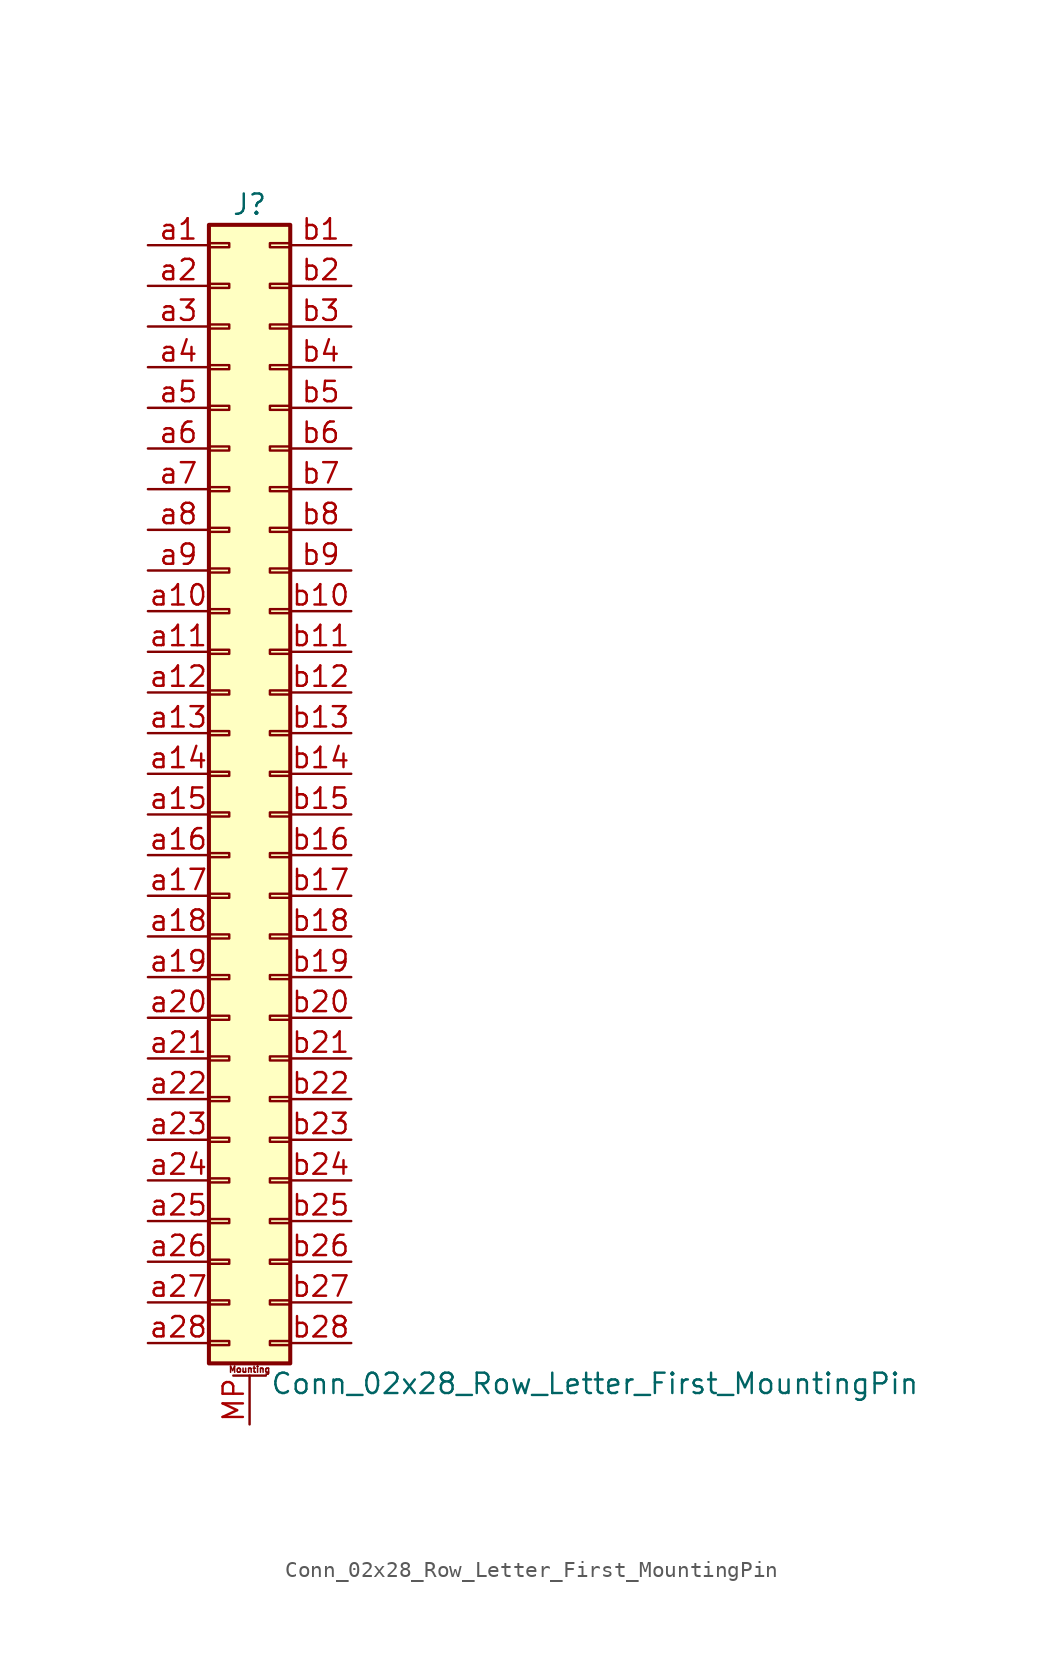
<source format=kicad_sym>
(kicad_symbol_lib
  (version 20220914)
  (generator kicad_symbol_editor)
  (symbol "Conn_02x28_Row_Letter_First_MountingPin"
    (pin_names
      (offset 1.016) hide)
    (property "Reference" "J"
      (at 1.27 35.56 0)
      (effects (font (size 1.27 1.27))))
    (property "Value" "Conn_02x28_Row_Letter_First_MountingPin"
      (at 2.54 -38.1 0)
      (effects (font (size 1.27 1.27)) (justify left)))
    (symbol "Conn_02x28_Row_Letter_First_MountingPin_1_1"
      (rectangle (start -1.27 -35.433) (end 0 -35.687) (stroke (width 0.152) (type default)) (fill (type none)))
      (rectangle (start -1.27 -32.893) (end 0 -33.147) (stroke (width 0.152) (type default)) (fill (type none)))
      (rectangle (start -1.27 -30.353) (end 0 -30.607) (stroke (width 0.152) (type default)) (fill (type none)))
      (rectangle (start -1.27 -27.813) (end 0 -28.067) (stroke (width 0.152) (type default)) (fill (type none)))
      (rectangle (start -1.27 -25.273) (end 0 -25.527) (stroke (width 0.152) (type default)) (fill (type none)))
      (rectangle (start -1.27 -22.733) (end 0 -22.987) (stroke (width 0.152) (type default)) (fill (type none)))
      (rectangle (start -1.27 -20.193) (end 0 -20.447) (stroke (width 0.152) (type default)) (fill (type none)))
      (rectangle (start -1.27 -17.653) (end 0 -17.907) (stroke (width 0.152) (type default)) (fill (type none)))
      (rectangle (start -1.27 -15.113) (end 0 -15.367) (stroke (width 0.152) (type default)) (fill (type none)))
      (rectangle (start -1.27 -12.573) (end 0 -12.827) (stroke (width 0.152) (type default)) (fill (type none)))
      (rectangle (start -1.27 -10.033) (end 0 -10.287) (stroke (width 0.152) (type default)) (fill (type none)))
      (rectangle (start -1.27 -7.493) (end 0 -7.747) (stroke (width 0.152) (type default)) (fill (type none)))
      (rectangle (start -1.27 -4.953) (end 0 -5.207) (stroke (width 0.152) (type default)) (fill (type none)))
      (rectangle (start -1.27 -2.413) (end 0 -2.667) (stroke (width 0.152) (type default)) (fill (type none)))
      (rectangle (start -1.27 0.127) (end 0 -0.127) (stroke (width 0.152) (type default)) (fill (type none)))
      (rectangle (start -1.27 2.667) (end 0 2.413) (stroke (width 0.152) (type default)) (fill (type none)))
      (rectangle (start -1.27 5.207) (end 0 4.953) (stroke (width 0.152) (type default)) (fill (type none)))
      (rectangle (start -1.27 7.747) (end 0 7.493) (stroke (width 0.152) (type default)) (fill (type none)))
      (rectangle (start -1.27 10.287) (end 0 10.033) (stroke (width 0.152) (type default)) (fill (type none)))
      (rectangle (start -1.27 12.827) (end 0 12.573) (stroke (width 0.152) (type default)) (fill (type none)))
      (rectangle (start -1.27 15.367) (end 0 15.113) (stroke (width 0.152) (type default)) (fill (type none)))
      (rectangle (start -1.27 17.907) (end 0 17.653) (stroke (width 0.152) (type default)) (fill (type none)))
      (rectangle (start -1.27 20.447) (end 0 20.193) (stroke (width 0.152) (type default)) (fill (type none)))
      (rectangle (start -1.27 22.987) (end 0 22.733) (stroke (width 0.152) (type default)) (fill (type none)))
      (rectangle (start -1.27 25.527) (end 0 25.273) (stroke (width 0.152) (type default)) (fill (type none)))
      (rectangle (start -1.27 28.067) (end 0 27.813) (stroke (width 0.152) (type default)) (fill (type none)))
      (rectangle (start -1.27 30.607) (end 0 30.353) (stroke (width 0.152) (type default)) (fill (type none)))
      (rectangle (start -1.27 33.147) (end 0 32.893) (stroke (width 0.152) (type default)) (fill (type none)))
      (rectangle (start -1.27 34.29) (end 3.81 -36.83) (stroke (width 0.254) (type default)) (fill (type background)))
      (polyline (pts (xy 0.254 -37.592) (xy 2.286 -37.592)) (stroke (width 0.152) (type default)) (fill (type none)))
      (rectangle (start 3.81 -35.433) (end 2.54 -35.687) (stroke (width 0.152) (type default)) (fill (type none)))
      (rectangle (start 3.81 -32.893) (end 2.54 -33.147) (stroke (width 0.152) (type default)) (fill (type none)))
      (rectangle (start 3.81 -30.353) (end 2.54 -30.607) (stroke (width 0.152) (type default)) (fill (type none)))
      (rectangle (start 3.81 -27.813) (end 2.54 -28.067) (stroke (width 0.152) (type default)) (fill (type none)))
      (rectangle (start 3.81 -25.273) (end 2.54 -25.527) (stroke (width 0.152) (type default)) (fill (type none)))
      (rectangle (start 3.81 -22.733) (end 2.54 -22.987) (stroke (width 0.152) (type default)) (fill (type none)))
      (rectangle (start 3.81 -20.193) (end 2.54 -20.447) (stroke (width 0.152) (type default)) (fill (type none)))
      (rectangle (start 3.81 -17.653) (end 2.54 -17.907) (stroke (width 0.152) (type default)) (fill (type none)))
      (rectangle (start 3.81 -15.113) (end 2.54 -15.367) (stroke (width 0.152) (type default)) (fill (type none)))
      (rectangle (start 3.81 -12.573) (end 2.54 -12.827) (stroke (width 0.152) (type default)) (fill (type none)))
      (rectangle (start 3.81 -10.033) (end 2.54 -10.287) (stroke (width 0.152) (type default)) (fill (type none)))
      (rectangle (start 3.81 -7.493) (end 2.54 -7.747) (stroke (width 0.152) (type default)) (fill (type none)))
      (rectangle (start 3.81 -4.953) (end 2.54 -5.207) (stroke (width 0.152) (type default)) (fill (type none)))
      (rectangle (start 3.81 -2.413) (end 2.54 -2.667) (stroke (width 0.152) (type default)) (fill (type none)))
      (rectangle (start 3.81 0.127) (end 2.54 -0.127) (stroke (width 0.152) (type default)) (fill (type none)))
      (rectangle (start 3.81 2.667) (end 2.54 2.413) (stroke (width 0.152) (type default)) (fill (type none)))
      (rectangle (start 3.81 5.207) (end 2.54 4.953) (stroke (width 0.152) (type default)) (fill (type none)))
      (rectangle (start 3.81 7.747) (end 2.54 7.493) (stroke (width 0.152) (type default)) (fill (type none)))
      (rectangle (start 3.81 10.287) (end 2.54 10.033) (stroke (width 0.152) (type default)) (fill (type none)))
      (rectangle (start 3.81 12.827) (end 2.54 12.573) (stroke (width 0.152) (type default)) (fill (type none)))
      (rectangle (start 3.81 15.367) (end 2.54 15.113) (stroke (width 0.152) (type default)) (fill (type none)))
      (rectangle (start 3.81 17.907) (end 2.54 17.653) (stroke (width 0.152) (type default)) (fill (type none)))
      (rectangle (start 3.81 20.447) (end 2.54 20.193) (stroke (width 0.152) (type default)) (fill (type none)))
      (rectangle (start 3.81 22.987) (end 2.54 22.733) (stroke (width 0.152) (type default)) (fill (type none)))
      (rectangle (start 3.81 25.527) (end 2.54 25.273) (stroke (width 0.152) (type default)) (fill (type none)))
      (rectangle (start 3.81 28.067) (end 2.54 27.813) (stroke (width 0.152) (type default)) (fill (type none)))
      (rectangle (start 3.81 30.607) (end 2.54 30.353) (stroke (width 0.152) (type default)) (fill (type none)))
      (rectangle (start 3.81 33.147) (end 2.54 32.893) (stroke (width 0.152) (type default)) (fill (type none)))
      (text "Mounting" (at 1.27 -37.211 0) (effects (font (size 0.381 0.381))))
      (pin passive line (at 1.27 -40.64 90) (length 3.048) (name "MountPin" (effects (font (size 1.27 1.27)))) (number "MP" (effects (font (size 1.27 1.27)))))
      (pin passive line (at -5.08 33.02 0) (length 3.81) (name "Pin_a1" (effects (font (size 1.27 1.27)))) (number "a1" (effects (font (size 1.27 1.27)))))
      (pin passive line (at -5.08 10.16 0) (length 3.81) (name "Pin_a10" (effects (font (size 1.27 1.27)))) (number "a10" (effects (font (size 1.27 1.27)))))
      (pin passive line (at -5.08 7.62 0) (length 3.81) (name "Pin_a11" (effects (font (size 1.27 1.27)))) (number "a11" (effects (font (size 1.27 1.27)))))
      (pin passive line (at -5.08 5.08 0) (length 3.81) (name "Pin_a12" (effects (font (size 1.27 1.27)))) (number "a12" (effects (font (size 1.27 1.27)))))
      (pin passive line (at -5.08 2.54 0) (length 3.81) (name "Pin_a13" (effects (font (size 1.27 1.27)))) (number "a13" (effects (font (size 1.27 1.27)))))
      (pin passive line (at -5.08 0 0) (length 3.81) (name "Pin_a14" (effects (font (size 1.27 1.27)))) (number "a14" (effects (font (size 1.27 1.27)))))
      (pin passive line (at -5.08 -2.54 0) (length 3.81) (name "Pin_a15" (effects (font (size 1.27 1.27)))) (number "a15" (effects (font (size 1.27 1.27)))))
      (pin passive line (at -5.08 -5.08 0) (length 3.81) (name "Pin_a16" (effects (font (size 1.27 1.27)))) (number "a16" (effects (font (size 1.27 1.27)))))
      (pin passive line (at -5.08 -7.62 0) (length 3.81) (name "Pin_a17" (effects (font (size 1.27 1.27)))) (number "a17" (effects (font (size 1.27 1.27)))))
      (pin passive line (at -5.08 -10.16 0) (length 3.81) (name "Pin_a18" (effects (font (size 1.27 1.27)))) (number "a18" (effects (font (size 1.27 1.27)))))
      (pin passive line (at -5.08 -12.7 0) (length 3.81) (name "Pin_a19" (effects (font (size 1.27 1.27)))) (number "a19" (effects (font (size 1.27 1.27)))))
      (pin passive line (at -5.08 30.48 0) (length 3.81) (name "Pin_a2" (effects (font (size 1.27 1.27)))) (number "a2" (effects (font (size 1.27 1.27)))))
      (pin passive line (at -5.08 -15.24 0) (length 3.81) (name "Pin_a20" (effects (font (size 1.27 1.27)))) (number "a20" (effects (font (size 1.27 1.27)))))
      (pin passive line (at -5.08 -17.78 0) (length 3.81) (name "Pin_a21" (effects (font (size 1.27 1.27)))) (number "a21" (effects (font (size 1.27 1.27)))))
      (pin passive line (at -5.08 -20.32 0) (length 3.81) (name "Pin_a22" (effects (font (size 1.27 1.27)))) (number "a22" (effects (font (size 1.27 1.27)))))
      (pin passive line (at -5.08 -22.86 0) (length 3.81) (name "Pin_a23" (effects (font (size 1.27 1.27)))) (number "a23" (effects (font (size 1.27 1.27)))))
      (pin passive line (at -5.08 -25.4 0) (length 3.81) (name "Pin_a24" (effects (font (size 1.27 1.27)))) (number "a24" (effects (font (size 1.27 1.27)))))
      (pin passive line (at -5.08 -27.94 0) (length 3.81) (name "Pin_a25" (effects (font (size 1.27 1.27)))) (number "a25" (effects (font (size 1.27 1.27)))))
      (pin passive line (at -5.08 -30.48 0) (length 3.81) (name "Pin_a26" (effects (font (size 1.27 1.27)))) (number "a26" (effects (font (size 1.27 1.27)))))
      (pin passive line (at -5.08 -33.02 0) (length 3.81) (name "Pin_a27" (effects (font (size 1.27 1.27)))) (number "a27" (effects (font (size 1.27 1.27)))))
      (pin passive line (at -5.08 -35.56 0) (length 3.81) (name "Pin_a28" (effects (font (size 1.27 1.27)))) (number "a28" (effects (font (size 1.27 1.27)))))
      (pin passive line (at -5.08 27.94 0) (length 3.81) (name "Pin_a3" (effects (font (size 1.27 1.27)))) (number "a3" (effects (font (size 1.27 1.27)))))
      (pin passive line (at -5.08 25.4 0) (length 3.81) (name "Pin_a4" (effects (font (size 1.27 1.27)))) (number "a4" (effects (font (size 1.27 1.27)))))
      (pin passive line (at -5.08 22.86 0) (length 3.81) (name "Pin_a5" (effects (font (size 1.27 1.27)))) (number "a5" (effects (font (size 1.27 1.27)))))
      (pin passive line (at -5.08 20.32 0) (length 3.81) (name "Pin_a6" (effects (font (size 1.27 1.27)))) (number "a6" (effects (font (size 1.27 1.27)))))
      (pin passive line (at -5.08 17.78 0) (length 3.81) (name "Pin_a7" (effects (font (size 1.27 1.27)))) (number "a7" (effects (font (size 1.27 1.27)))))
      (pin passive line (at -5.08 15.24 0) (length 3.81) (name "Pin_a8" (effects (font (size 1.27 1.27)))) (number "a8" (effects (font (size 1.27 1.27)))))
      (pin passive line (at -5.08 12.7 0) (length 3.81) (name "Pin_a9" (effects (font (size 1.27 1.27)))) (number "a9" (effects (font (size 1.27 1.27)))))
      (pin passive line (at 7.62 33.02 180) (length 3.81) (name "Pin_b1" (effects (font (size 1.27 1.27)))) (number "b1" (effects (font (size 1.27 1.27)))))
      (pin passive line (at 7.62 10.16 180) (length 3.81) (name "Pin_b10" (effects (font (size 1.27 1.27)))) (number "b10" (effects (font (size 1.27 1.27)))))
      (pin passive line (at 7.62 7.62 180) (length 3.81) (name "Pin_b11" (effects (font (size 1.27 1.27)))) (number "b11" (effects (font (size 1.27 1.27)))))
      (pin passive line (at 7.62 5.08 180) (length 3.81) (name "Pin_b12" (effects (font (size 1.27 1.27)))) (number "b12" (effects (font (size 1.27 1.27)))))
      (pin passive line (at 7.62 2.54 180) (length 3.81) (name "Pin_b13" (effects (font (size 1.27 1.27)))) (number "b13" (effects (font (size 1.27 1.27)))))
      (pin passive line (at 7.62 0 180) (length 3.81) (name "Pin_b14" (effects (font (size 1.27 1.27)))) (number "b14" (effects (font (size 1.27 1.27)))))
      (pin passive line (at 7.62 -2.54 180) (length 3.81) (name "Pin_b15" (effects (font (size 1.27 1.27)))) (number "b15" (effects (font (size 1.27 1.27)))))
      (pin passive line (at 7.62 -5.08 180) (length 3.81) (name "Pin_b16" (effects (font (size 1.27 1.27)))) (number "b16" (effects (font (size 1.27 1.27)))))
      (pin passive line (at 7.62 -7.62 180) (length 3.81) (name "Pin_b17" (effects (font (size 1.27 1.27)))) (number "b17" (effects (font (size 1.27 1.27)))))
      (pin passive line (at 7.62 -10.16 180) (length 3.81) (name "Pin_b18" (effects (font (size 1.27 1.27)))) (number "b18" (effects (font (size 1.27 1.27)))))
      (pin passive line (at 7.62 -12.7 180) (length 3.81) (name "Pin_b19" (effects (font (size 1.27 1.27)))) (number "b19" (effects (font (size 1.27 1.27)))))
      (pin passive line (at 7.62 30.48 180) (length 3.81) (name "Pin_b2" (effects (font (size 1.27 1.27)))) (number "b2" (effects (font (size 1.27 1.27)))))
      (pin passive line (at 7.62 -15.24 180) (length 3.81) (name "Pin_b20" (effects (font (size 1.27 1.27)))) (number "b20" (effects (font (size 1.27 1.27)))))
      (pin passive line (at 7.62 -17.78 180) (length 3.81) (name "Pin_b21" (effects (font (size 1.27 1.27)))) (number "b21" (effects (font (size 1.27 1.27)))))
      (pin passive line (at 7.62 -20.32 180) (length 3.81) (name "Pin_b22" (effects (font (size 1.27 1.27)))) (number "b22" (effects (font (size 1.27 1.27)))))
      (pin passive line (at 7.62 -22.86 180) (length 3.81) (name "Pin_b23" (effects (font (size 1.27 1.27)))) (number "b23" (effects (font (size 1.27 1.27)))))
      (pin passive line (at 7.62 -25.4 180) (length 3.81) (name "Pin_b24" (effects (font (size 1.27 1.27)))) (number "b24" (effects (font (size 1.27 1.27)))))
      (pin passive line (at 7.62 -27.94 180) (length 3.81) (name "Pin_b25" (effects (font (size 1.27 1.27)))) (number "b25" (effects (font (size 1.27 1.27)))))
      (pin passive line (at 7.62 -30.48 180) (length 3.81) (name "Pin_b26" (effects (font (size 1.27 1.27)))) (number "b26" (effects (font (size 1.27 1.27)))))
      (pin passive line (at 7.62 -33.02 180) (length 3.81) (name "Pin_b27" (effects (font (size 1.27 1.27)))) (number "b27" (effects (font (size 1.27 1.27)))))
      (pin passive line (at 7.62 -35.56 180) (length 3.81) (name "Pin_b28" (effects (font (size 1.27 1.27)))) (number "b28" (effects (font (size 1.27 1.27)))))
      (pin passive line (at 7.62 27.94 180) (length 3.81) (name "Pin_b3" (effects (font (size 1.27 1.27)))) (number "b3" (effects (font (size 1.27 1.27)))))
      (pin passive line (at 7.62 25.4 180) (length 3.81) (name "Pin_b4" (effects (font (size 1.27 1.27)))) (number "b4" (effects (font (size 1.27 1.27)))))
      (pin passive line (at 7.62 22.86 180) (length 3.81) (name "Pin_b5" (effects (font (size 1.27 1.27)))) (number "b5" (effects (font (size 1.27 1.27)))))
      (pin passive line (at 7.62 20.32 180) (length 3.81) (name "Pin_b6" (effects (font (size 1.27 1.27)))) (number "b6" (effects (font (size 1.27 1.27)))))
      (pin passive line (at 7.62 17.78 180) (length 3.81) (name "Pin_b7" (effects (font (size 1.27 1.27)))) (number "b7" (effects (font (size 1.27 1.27)))))
      (pin passive line (at 7.62 15.24 180) (length 3.81) (name "Pin_b8" (effects (font (size 1.27 1.27)))) (number "b8" (effects (font (size 1.27 1.27)))))
      (pin passive line (at 7.62 12.7 180) (length 3.81) (name "Pin_b9" (effects (font (size 1.27 1.27)))) (number "b9" (effects (font (size 1.27 1.27))))))))
</source>
